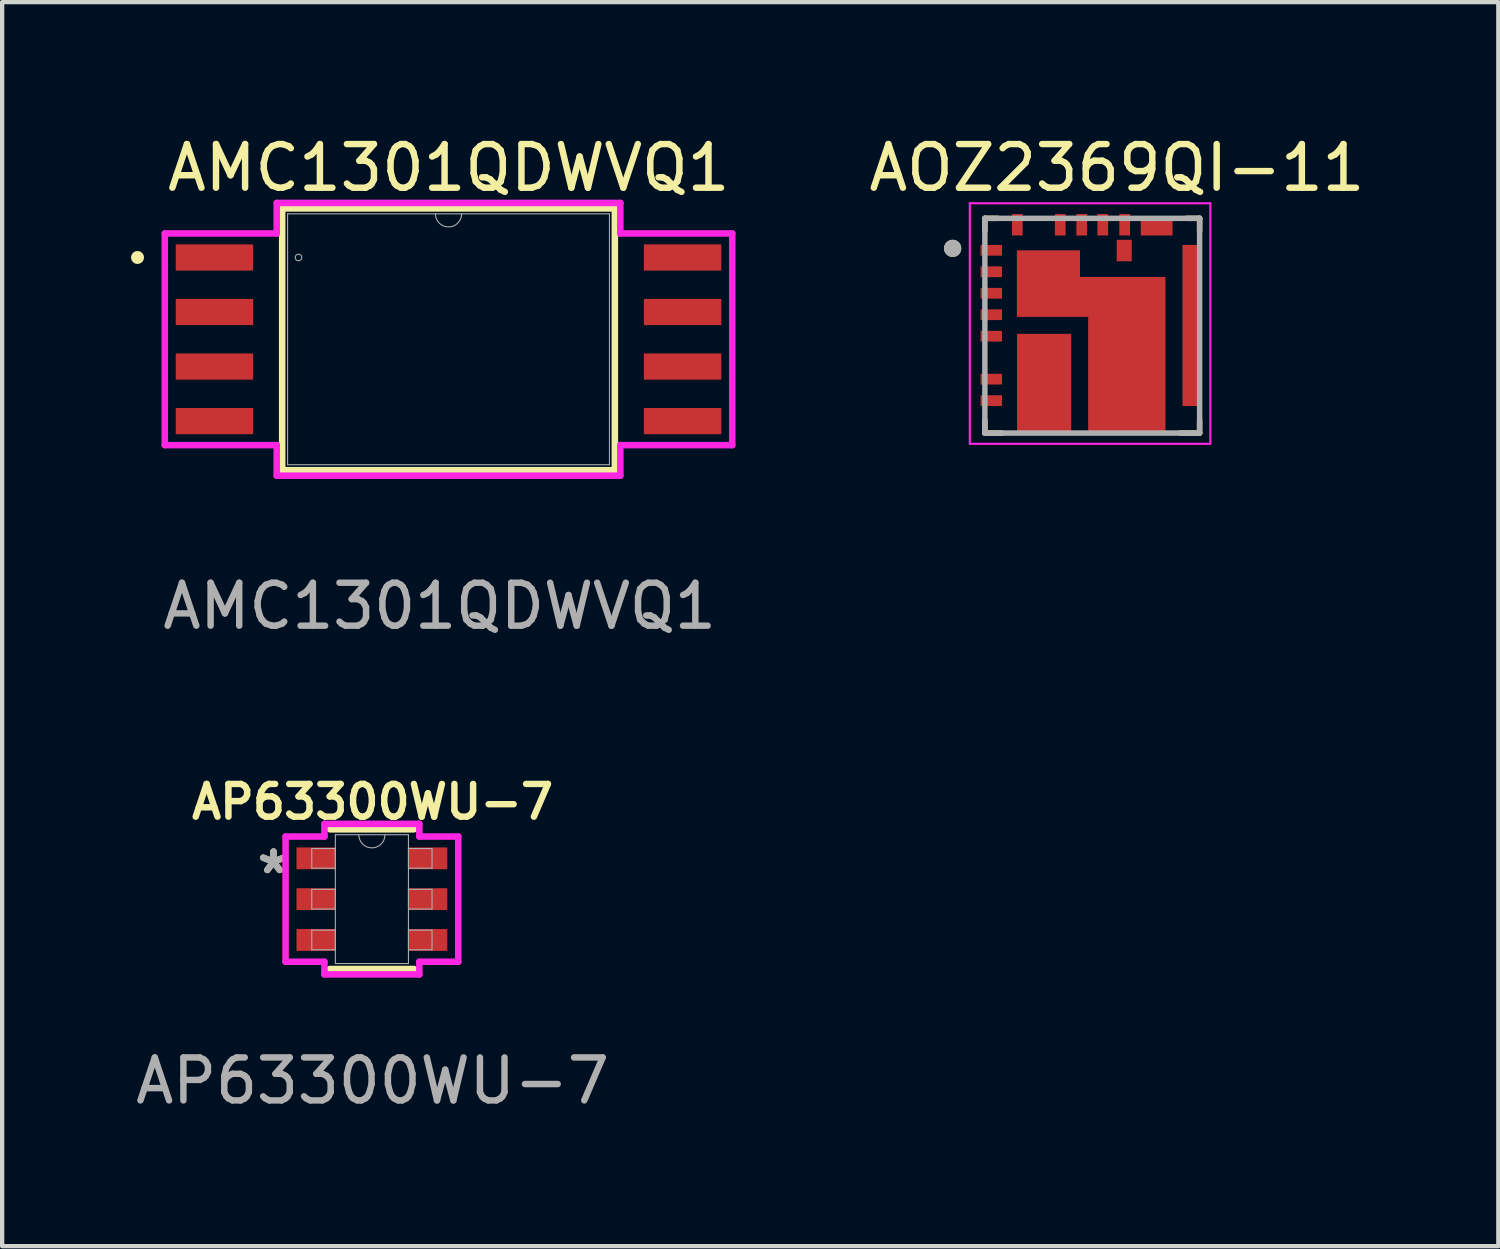
<source format=kicad_pcb>
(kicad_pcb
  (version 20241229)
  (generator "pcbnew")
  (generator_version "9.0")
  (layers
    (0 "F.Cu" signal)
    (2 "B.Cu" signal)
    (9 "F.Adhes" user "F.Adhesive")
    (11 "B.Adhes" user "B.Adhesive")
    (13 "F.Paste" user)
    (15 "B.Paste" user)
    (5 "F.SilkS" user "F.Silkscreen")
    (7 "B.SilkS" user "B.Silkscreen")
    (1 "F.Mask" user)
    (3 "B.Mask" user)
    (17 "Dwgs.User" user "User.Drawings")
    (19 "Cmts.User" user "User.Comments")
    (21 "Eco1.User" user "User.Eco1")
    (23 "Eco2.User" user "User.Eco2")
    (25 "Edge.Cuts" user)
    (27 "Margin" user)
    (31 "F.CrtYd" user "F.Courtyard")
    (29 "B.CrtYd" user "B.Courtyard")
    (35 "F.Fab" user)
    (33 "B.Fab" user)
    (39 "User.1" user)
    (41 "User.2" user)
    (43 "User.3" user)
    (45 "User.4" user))
  (footprint "AOZ2369QI-11"
    (layer "F.Cu")
    (at 22.381 4.533)
    (property "Reference" "AOZ2369QI-11" (at 0.575 -3.675 0) (layer "F.SilkS") (effects (font (size 1.016 1.016) (thickness 0.15))))
    (attr smd)
    (fp_poly (pts (xy -1.85 -1.85) (xy -0.19 -1.85) (xy -0.19 -1.23) (xy 1.8 -1.23) (xy 1.8 2.55) (xy -0.19 2.55) (xy -0.19 -0.11) (xy -1.85 -0.11)) (stroke (width 0.01) (type solid)) (fill yes) (layer "F.Mask"))
    (fp_line (start -2.5 -2.5) (end -2.5 -2.2) (stroke (width 0.127) (type solid)) (layer "F.SilkS"))
    (fp_line (start -2.5 2.2) (end -2.5 2.5) (stroke (width 0.127) (type solid)) (layer "F.SilkS"))
    (fp_line (start -2.5 2.5) (end -2.1 2.5) (stroke (width 0.127) (type solid)) (layer "F.SilkS"))
    (fp_line (start -2.2 -2.5) (end -2.5 -2.5) (stroke (width 0.127) (type solid)) (layer "F.SilkS"))
    (fp_line (start 2.2 -2.5) (end 2.5 -2.5) (stroke (width 0.127) (type solid)) (layer "F.SilkS"))
    (fp_line (start 2.5 -2.5) (end 2.5 -2.2) (stroke (width 0.127) (type solid)) (layer "F.SilkS"))
    (fp_line (start 2.5 2.2) (end 2.5 2.5) (stroke (width 0.127) (type solid)) (layer "F.SilkS"))
    (fp_line (start 2.5 2.5) (end 2.05 2.5) (stroke (width 0.127) (type solid)) (layer "F.SilkS"))
    (fp_circle (center -3.25 -1.8) (end -3.15 -1.8) (stroke (width 0.2) (type solid)) (fill no) (layer "F.SilkS"))
    (fp_poly (pts (xy -1.52 0.615) (xy -0.72 0.615) (xy -0.72 2.075) (xy -1.52 2.075)) (stroke (width 0.01) (type solid)) (fill yes) (layer "F.Paste"))
    (fp_poly (pts (xy -1.482 -1.466) (xy -0.558 -1.466) (xy -0.558 -0.493) (xy -1.482 -0.493)) (stroke (width 0.01) (type solid)) (fill yes) (layer "F.Paste"))
    (fp_poly (pts (xy 0.239 -0.462) (xy 1.371 -0.462) (xy 1.371 1.832) (xy 0.239 1.832)) (stroke (width 0.01) (type solid)) (fill yes) (layer "F.Paste"))
    (fp_line (start -2.85 -2.85) (end 2.75 -2.85) (stroke (width 0.05) (type solid)) (layer "F.CrtYd"))
    (fp_line (start -2.85 2.75) (end -2.85 -2.85) (stroke (width 0.05) (type solid)) (layer "F.CrtYd"))
    (fp_line (start 2.75 -2.85) (end 2.75 2.75) (stroke (width 0.05) (type solid)) (layer "F.CrtYd"))
    (fp_line (start 2.75 2.75) (end -2.85 2.75) (stroke (width 0.05) (type solid)) (layer "F.CrtYd"))
    (fp_line (start -2.5 -2.5) (end 2.5 -2.5) (stroke (width 0.127) (type solid)) (layer "F.Fab"))
    (fp_line (start -2.5 2.5) (end -2.5 -2.5) (stroke (width 0.127) (type solid)) (layer "F.Fab"))
    (fp_line (start 2.5 -2.5) (end 2.5 2.5) (stroke (width 0.127) (type solid)) (layer "F.Fab"))
    (fp_line (start 2.5 2.5) (end -2.5 2.5) (stroke (width 0.127) (type solid)) (layer "F.Fab"))
    (fp_circle (center -3.25 -1.8) (end -3.15 -1.8) (stroke (width 0.2) (type solid)) (fill no) (layer "F.Fab"))
    (pad "1" smd rect (at -2.35 -1.755) (size 0.5 0.25) (layers "F.Cu" "F.Mask" "F.Paste"))
    (pad "2" smd rect (at -2.35 -1.255) (size 0.5 0.25) (layers "F.Cu" "F.Mask" "F.Paste"))
    (pad "3" smd rect (at -2.35 -0.755) (size 0.5 0.25) (layers "F.Cu" "F.Mask" "F.Paste"))
    (pad "4" smd rect (at -2.35 -0.255) (size 0.5 0.25) (layers "F.Cu" "F.Mask" "F.Paste"))
    (pad "5" smd rect (at -2.35 0.245) (size 0.5 0.25) (layers "F.Cu" "F.Mask" "F.Paste"))
    (pad "6" smd rect (at -2.35 1.245) (size 0.5 0.25) (layers "F.Cu" "F.Mask" "F.Paste"))
    (pad "7" smd rect (at -2.35 1.745) (size 0.5 0.25) (layers "F.Cu" "F.Mask" "F.Paste"))
    (pad "8_10" smd rect (at -1.12 1.345) (size 1.26 2.31) (layers "F.Cu" "F.Mask"))
    (pad "11_13" smd custom (at 0.75 0.65) (size 1.27 0.635) (layers "F.Cu") (options (anchor rect)) (primitives (gr_poly (pts (xy -2.5 -2.4) (xy -1.04 -2.4) (xy -1.04 -1.78) (xy 0.95 -1.78) (xy 0.95 1.85) (xy -0.84 1.85) (xy -0.84 -0.86) (xy -2.5 -0.86)) (width 0.01) (fill yes))))
    (pad "14_21" smd rect (at 2.3 -0.005) (size 0.4 3.75) (layers "F.Cu" "F.Mask" "F.Paste"))
    (pad "22_23" smd rect (at 1.5 -2.3) (size 0.74 0.4) (layers "F.Cu" "F.Mask" "F.Paste"))
    (pad "24" smd rect (at 0.755 -2.35) (size 0.25 0.5) (layers "F.Cu" "F.Mask" "F.Paste"))
    (pad "25" smd rect (at 0.245 -2.35) (size 0.25 0.5) (layers "F.Cu" "F.Mask" "F.Paste"))
    (pad "26" smd rect (at -0.245 -2.35) (size 0.25 0.5) (layers "F.Cu" "F.Mask" "F.Paste"))
    (pad "27" smd rect (at -0.745 -2.35) (size 0.25 0.5) (layers "F.Cu" "F.Mask" "F.Paste"))
    (pad "28" smd rect (at -1.745 -2.35) (size 0.25 0.5) (layers "F.Cu" "F.Mask" "F.Paste"))
    (pad "29" smd rect (at 0.745 -1.75) (size 0.35 0.5) (layers "F.Cu" "F.Mask" "F.Paste")))
  (footprint "AMC1301QDWVQ1"
    (layer "F.Cu")
    (at 7.393 4.85)
    (property "Reference" "AMC1301QDWVQ1" (at 0.005 -3.992 0) (unlocked yes) (layer "F.SilkS") (effects (font (size 1.016 1.016) (thickness 0.15))))
    (attr smd)
    (fp_line (start -3.873 -3.048) (end -3.873 3.048) (stroke (width 0.152) (type solid)) (layer "F.SilkS"))
    (fp_line (start -3.873 3.048) (end 3.873 3.048) (stroke (width 0.152) (type solid)) (layer "F.SilkS"))
    (fp_line (start 3.873 -3.048) (end -3.873 -3.048) (stroke (width 0.152) (type solid)) (layer "F.SilkS"))
    (fp_line (start 3.873 3.048) (end 3.873 -3.048) (stroke (width 0.152) (type solid)) (layer "F.SilkS"))
    (fp_circle (center -7.241 -1.905) (end -7.165 -1.905) (stroke (width 0.152) (type solid)) (fill no) (layer "F.SilkS"))
    (fp_line (start -6.606 -2.464) (end -4 -2.464) (stroke (width 0.152) (type solid)) (layer "F.CrtYd"))
    (fp_line (start -6.606 2.464) (end -6.606 -2.464) (stroke (width 0.152) (type solid)) (layer "F.CrtYd"))
    (fp_line (start -6.606 2.464) (end -4 2.464) (stroke (width 0.152) (type solid)) (layer "F.CrtYd"))
    (fp_line (start -4 -3.175) (end 4 -3.175) (stroke (width 0.152) (type solid)) (layer "F.CrtYd"))
    (fp_line (start -4 -2.464) (end -4 -3.175) (stroke (width 0.152) (type solid)) (layer "F.CrtYd"))
    (fp_line (start -4 3.175) (end -4 2.464) (stroke (width 0.152) (type solid)) (layer "F.CrtYd"))
    (fp_line (start 4 -3.175) (end 4 -2.464) (stroke (width 0.152) (type solid)) (layer "F.CrtYd"))
    (fp_line (start 4 2.464) (end 4 3.175) (stroke (width 0.152) (type solid)) (layer "F.CrtYd"))
    (fp_line (start 4 3.175) (end -4 3.175) (stroke (width 0.152) (type solid)) (layer "F.CrtYd"))
    (fp_line (start 6.606 -2.464) (end 4 -2.464) (stroke (width 0.152) (type solid)) (layer "F.CrtYd"))
    (fp_line (start 6.606 -2.464) (end 6.606 2.464) (stroke (width 0.152) (type solid)) (layer "F.CrtYd"))
    (fp_line (start 6.606 2.464) (end 4 2.464) (stroke (width 0.152) (type solid)) (layer "F.CrtYd"))
    (fp_line (start -3.747 -2.921) (end -3.747 2.921) (stroke (width 0.025) (type solid)) (layer "F.Fab"))
    (fp_line (start -3.747 2.921) (end 3.747 2.921) (stroke (width 0.025) (type solid)) (layer "F.Fab"))
    (fp_line (start 3.747 -2.921) (end -3.747 -2.921) (stroke (width 0.025) (type solid)) (layer "F.Fab"))
    (fp_line (start 3.747 2.921) (end 3.747 -2.921) (stroke (width 0.025) (type solid)) (layer "F.Fab"))
    (fp_arc (start 0.3048 -2.921) (mid 0 -2.6162) (end -0.3048 -2.921) (stroke (width 0.0254) (type solid)) (layer "F.Fab"))
    (fp_circle (center -3.493 -1.905) (end -3.416 -1.905) (stroke (width 0.025) (type solid)) (fill no) (layer "F.Fab"))
    (fp_text user "${REFERENCE}" (at -0.206 6.213 0) (unlocked yes) (layer "F.Fab") (effects (font (size 1 1) (thickness 0.15))))
    (pad "1" smd rect (at -5.45 -1.905) (size 1.803 0.61) (layers "F.Cu" "F.Mask" "F.Paste"))
    (pad "2" smd rect (at -5.45 -0.635) (size 1.803 0.61) (layers "F.Cu" "F.Mask" "F.Paste"))
    (pad "3" smd rect (at -5.45 0.635) (size 1.803 0.61) (layers "F.Cu" "F.Mask" "F.Paste"))
    (pad "4" smd rect (at -5.45 1.905) (size 1.803 0.61) (layers "F.Cu" "F.Mask" "F.Paste"))
    (pad "5" smd rect (at 5.45 1.905) (size 1.803 0.61) (layers "F.Cu" "F.Mask" "F.Paste"))
    (pad "6" smd rect (at 5.45 0.635) (size 1.803 0.61) (layers "F.Cu" "F.Mask" "F.Paste"))
    (pad "7" smd rect (at 5.45 -0.635) (size 1.803 0.61) (layers "F.Cu" "F.Mask" "F.Paste"))
    (pad "8" smd rect (at 5.45 -1.905) (size 1.803 0.61) (layers "F.Cu" "F.Mask" "F.Paste")))
  (footprint "AP63300WU-7"
    (layer "F.Cu")
    (at 5.609 17.885)
    (property "Reference" "AP63300WU-7" (at 0.016 -2.265 0) (unlocked yes) (layer "F.SilkS") (effects (font (size 0.762 0.762) (thickness 0.15))))
    (attr smd)
    (fp_line (start -0.978 1.626) (end 0.978 1.626) (stroke (width 0.152) (type solid)) (layer "F.SilkS"))
    (fp_line (start 0.978 -1.626) (end -0.978 -1.626) (stroke (width 0.152) (type solid)) (layer "F.SilkS"))
    (fp_line (start -2.01 -1.458) (end -1.105 -1.458) (stroke (width 0.152) (type solid)) (layer "F.CrtYd"))
    (fp_line (start -2.01 1.458) (end -2.01 -1.458) (stroke (width 0.152) (type solid)) (layer "F.CrtYd"))
    (fp_line (start -2.01 1.458) (end -1.105 1.458) (stroke (width 0.152) (type solid)) (layer "F.CrtYd"))
    (fp_line (start -1.105 -1.753) (end 1.105 -1.753) (stroke (width 0.152) (type solid)) (layer "F.CrtYd"))
    (fp_line (start -1.105 -1.458) (end -1.105 -1.753) (stroke (width 0.152) (type solid)) (layer "F.CrtYd"))
    (fp_line (start -1.105 1.753) (end -1.105 1.458) (stroke (width 0.152) (type solid)) (layer "F.CrtYd"))
    (fp_line (start 1.105 -1.753) (end 1.105 -1.458) (stroke (width 0.152) (type solid)) (layer "F.CrtYd"))
    (fp_line (start 1.105 1.458) (end 1.105 1.753) (stroke (width 0.152) (type solid)) (layer "F.CrtYd"))
    (fp_line (start 1.105 1.753) (end -1.105 1.753) (stroke (width 0.152) (type solid)) (layer "F.CrtYd"))
    (fp_line (start 2.01 -1.458) (end 1.105 -1.458) (stroke (width 0.152) (type solid)) (layer "F.CrtYd"))
    (fp_line (start 2.01 -1.458) (end 2.01 1.458) (stroke (width 0.152) (type solid)) (layer "F.CrtYd"))
    (fp_line (start 2.01 1.458) (end 1.105 1.458) (stroke (width 0.152) (type solid)) (layer "F.CrtYd"))
    (fp_line (start -1.4 -1.179) (end -1.4 -0.721) (stroke (width 0.025) (type solid)) (layer "F.Fab"))
    (fp_line (start -1.4 -0.721) (end -0.851 -0.721) (stroke (width 0.025) (type solid)) (layer "F.Fab"))
    (fp_line (start -1.4 -0.229) (end -1.4 0.229) (stroke (width 0.025) (type solid)) (layer "F.Fab"))
    (fp_line (start -1.4 0.229) (end -0.851 0.229) (stroke (width 0.025) (type solid)) (layer "F.Fab"))
    (fp_line (start -1.4 0.721) (end -1.4 1.179) (stroke (width 0.025) (type solid)) (layer "F.Fab"))
    (fp_line (start -1.4 1.179) (end -0.851 1.179) (stroke (width 0.025) (type solid)) (layer "F.Fab"))
    (fp_line (start -0.851 -1.499) (end -0.851 1.499) (stroke (width 0.025) (type solid)) (layer "F.Fab"))
    (fp_line (start -0.851 -1.179) (end -1.4 -1.179) (stroke (width 0.025) (type solid)) (layer "F.Fab"))
    (fp_line (start -0.851 -0.721) (end -0.851 -1.179) (stroke (width 0.025) (type solid)) (layer "F.Fab"))
    (fp_line (start -0.851 -0.229) (end -1.4 -0.229) (stroke (width 0.025) (type solid)) (layer "F.Fab"))
    (fp_line (start -0.851 0.229) (end -0.851 -0.229) (stroke (width 0.025) (type solid)) (layer "F.Fab"))
    (fp_line (start -0.851 0.721) (end -1.4 0.721) (stroke (width 0.025) (type solid)) (layer "F.Fab"))
    (fp_line (start -0.851 1.179) (end -0.851 0.721) (stroke (width 0.025) (type solid)) (layer "F.Fab"))
    (fp_line (start -0.851 1.499) (end 0.851 1.499) (stroke (width 0.025) (type solid)) (layer "F.Fab"))
    (fp_line (start 0.851 -1.499) (end -0.851 -1.499) (stroke (width 0.025) (type solid)) (layer "F.Fab"))
    (fp_line (start 0.851 -1.179) (end 0.851 -0.721) (stroke (width 0.025) (type solid)) (layer "F.Fab"))
    (fp_line (start 0.851 -0.721) (end 1.4 -0.721) (stroke (width 0.025) (type solid)) (layer "F.Fab"))
    (fp_line (start 0.851 -0.229) (end 0.851 0.229) (stroke (width 0.025) (type solid)) (layer "F.Fab"))
    (fp_line (start 0.851 0.229) (end 1.4 0.229) (stroke (width 0.025) (type solid)) (layer "F.Fab"))
    (fp_line (start 0.851 0.721) (end 0.851 1.179) (stroke (width 0.025) (type solid)) (layer "F.Fab"))
    (fp_line (start 0.851 1.179) (end 1.4 1.179) (stroke (width 0.025) (type solid)) (layer "F.Fab"))
    (fp_line (start 0.851 1.499) (end 0.851 -1.499) (stroke (width 0.025) (type solid)) (layer "F.Fab"))
    (fp_line (start 1.4 -1.179) (end 0.851 -1.179) (stroke (width 0.025) (type solid)) (layer "F.Fab"))
    (fp_line (start 1.4 -0.721) (end 1.4 -1.179) (stroke (width 0.025) (type solid)) (layer "F.Fab"))
    (fp_line (start 1.4 -0.229) (end 0.851 -0.229) (stroke (width 0.025) (type solid)) (layer "F.Fab"))
    (fp_line (start 1.4 0.229) (end 1.4 -0.229) (stroke (width 0.025) (type solid)) (layer "F.Fab"))
    (fp_line (start 1.4 0.721) (end 0.851 0.721) (stroke (width 0.025) (type solid)) (layer "F.Fab"))
    (fp_line (start 1.4 1.179) (end 1.4 0.721) (stroke (width 0.025) (type solid)) (layer "F.Fab"))
    (fp_arc (start 0.3048 -1.4986) (mid 0 -1.1938) (end -0.3048 -1.4986) (stroke (width 0.0254) (type solid)) (layer "F.Fab"))
    (fp_text user "*" (at -2.291 -0.563 0) (layer "F.SilkS") (effects (font (size 1 1) (thickness 0.15))))
    (fp_text user "${REFERENCE}" (at 0.016 4.231 0) (unlocked yes) (layer "F.Fab") (effects (font (size 1 1) (thickness 0.15))))
    (fp_text user "*" (at -2.291 -0.563 0) (layer "F.Fab") (effects (font (size 1 1) (thickness 0.15))))
    (pad "1" smd rect (at -1.303 -0.95) (size 0.905 0.508) (layers "F.Cu" "F.Mask" "F.Paste"))
    (pad "2" smd rect (at -1.303 0) (size 0.905 0.508) (layers "F.Cu" "F.Mask" "F.Paste"))
    (pad "3" smd rect (at -1.303 0.95) (size 0.905 0.508) (layers "F.Cu" "F.Mask" "F.Paste"))
    (pad "4" smd rect (at 1.303 0.95) (size 0.905 0.508) (layers "F.Cu" "F.Mask" "F.Paste"))
    (pad "5" smd rect (at 1.303 0) (size 0.905 0.508) (layers "F.Cu" "F.Mask" "F.Paste"))
    (pad "6" smd rect (at 1.303 -0.95) (size 0.905 0.508) (layers "F.Cu" "F.Mask" "F.Paste")))
  (gr_rect
    (start -3 -3)
    (end 31.836 25.965)
    (stroke (width 0.1) (type default))
    (fill no)
    (layer "Edge.Cuts")))
</source>
